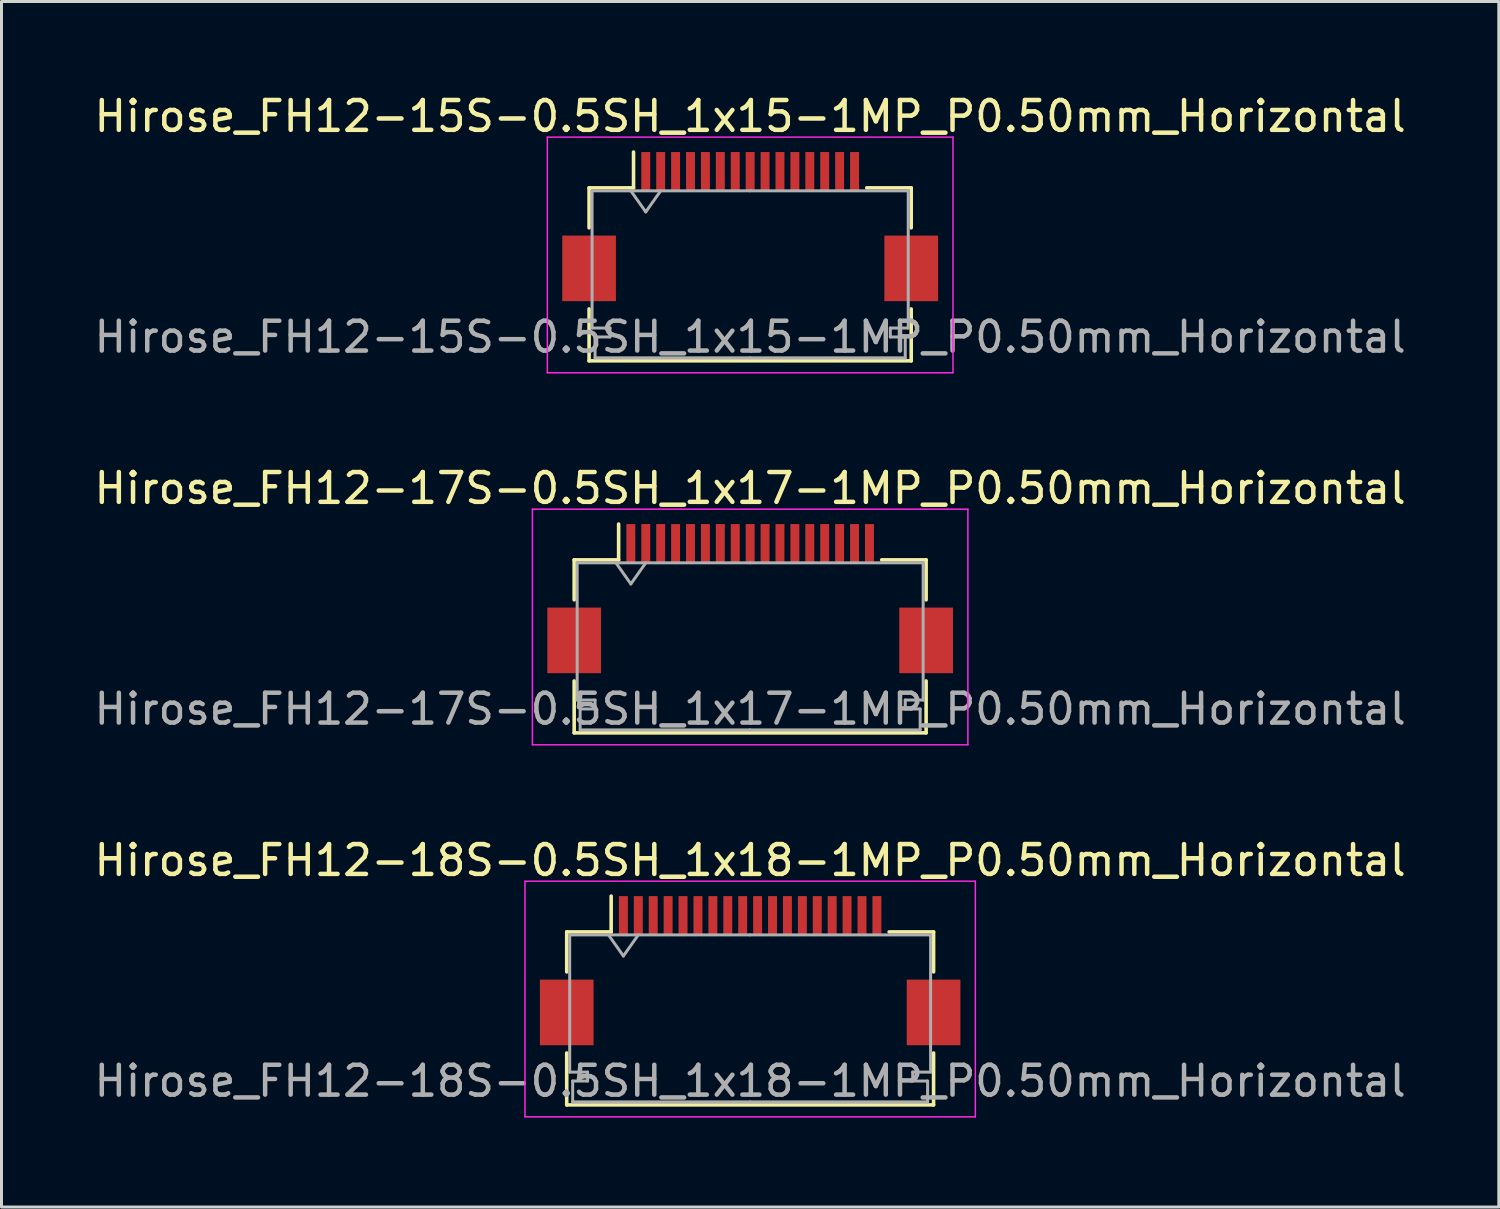
<source format=kicad_pcb>
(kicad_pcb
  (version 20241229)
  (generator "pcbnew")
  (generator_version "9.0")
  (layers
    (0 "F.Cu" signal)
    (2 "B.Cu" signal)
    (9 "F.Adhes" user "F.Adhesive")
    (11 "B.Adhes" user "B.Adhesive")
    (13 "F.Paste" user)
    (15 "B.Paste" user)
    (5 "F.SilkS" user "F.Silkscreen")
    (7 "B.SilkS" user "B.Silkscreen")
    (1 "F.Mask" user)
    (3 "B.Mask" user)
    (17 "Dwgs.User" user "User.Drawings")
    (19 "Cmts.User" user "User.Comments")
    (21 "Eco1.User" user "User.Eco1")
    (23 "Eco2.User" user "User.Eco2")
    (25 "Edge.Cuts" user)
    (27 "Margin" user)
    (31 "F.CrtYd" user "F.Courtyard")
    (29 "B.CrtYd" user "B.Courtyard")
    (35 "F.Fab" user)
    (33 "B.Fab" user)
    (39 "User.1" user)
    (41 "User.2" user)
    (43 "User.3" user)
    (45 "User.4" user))
  (footprint "Hirose_FH12-18S-0.5SH_1x18-1MP_P0.50mm_Horizontal"
    (layer "F.Cu")
    (at 22.101 29.495)
    (property "Reference" "Hirose_FH12-18S-0.5SH_1x18-1MP_P0.50mm_Horizontal" (at 0 -3.7 0) (layer "F.SilkS") (effects (font (size 1 1) (thickness 0.15))))
    (attr smd)
    (fp_line (start -6.15 -1.3) (end -6.15 0.04) (stroke (width 0.12) (type solid)) (layer "F.SilkS"))
    (fp_line (start -6.15 2.76) (end -6.15 4.5) (stroke (width 0.12) (type solid)) (layer "F.SilkS"))
    (fp_line (start -6.15 4.5) (end 6.15 4.5) (stroke (width 0.12) (type solid)) (layer "F.SilkS"))
    (fp_line (start -4.66 -1.3) (end -6.15 -1.3) (stroke (width 0.12) (type solid)) (layer "F.SilkS"))
    (fp_line (start -4.66 -1.3) (end -4.66 -2.5) (stroke (width 0.12) (type solid)) (layer "F.SilkS"))
    (fp_line (start 4.66 -1.3) (end 6.15 -1.3) (stroke (width 0.12) (type solid)) (layer "F.SilkS"))
    (fp_line (start 6.15 -1.3) (end 6.15 0.04) (stroke (width 0.12) (type solid)) (layer "F.SilkS"))
    (fp_line (start 6.15 4.5) (end 6.15 2.76) (stroke (width 0.12) (type solid)) (layer "F.SilkS"))
    (fp_line (start -7.55 -3) (end -7.55 4.9) (stroke (width 0.05) (type solid)) (layer "F.CrtYd"))
    (fp_line (start -7.55 4.9) (end 7.55 4.9) (stroke (width 0.05) (type solid)) (layer "F.CrtYd"))
    (fp_line (start 7.55 -3) (end -7.55 -3) (stroke (width 0.05) (type solid)) (layer "F.CrtYd"))
    (fp_line (start 7.55 4.9) (end 7.55 -3) (stroke (width 0.05) (type solid)) (layer "F.CrtYd"))
    (fp_line (start -6.05 -1.2) (end -6.05 3.4) (stroke (width 0.1) (type solid)) (layer "F.Fab"))
    (fp_line (start -6.05 3.4) (end -5.45 3.4) (stroke (width 0.1) (type solid)) (layer "F.Fab"))
    (fp_line (start -5.95 3.7) (end -5.95 4.4) (stroke (width 0.1) (type solid)) (layer "F.Fab"))
    (fp_line (start -5.95 4.4) (end 0 4.4) (stroke (width 0.1) (type solid)) (layer "F.Fab"))
    (fp_line (start -5.45 3.4) (end -5.45 3.7) (stroke (width 0.1) (type solid)) (layer "F.Fab"))
    (fp_line (start -5.45 3.7) (end -5.95 3.7) (stroke (width 0.1) (type solid)) (layer "F.Fab"))
    (fp_line (start -4.75 -1.2) (end -4.25 -0.493) (stroke (width 0.1) (type solid)) (layer "F.Fab"))
    (fp_line (start -4.25 -0.493) (end -3.75 -1.2) (stroke (width 0.1) (type solid)) (layer "F.Fab"))
    (fp_line (start 0 -1.2) (end -6.05 -1.2) (stroke (width 0.1) (type solid)) (layer "F.Fab"))
    (fp_line (start 0 -1.2) (end 6.05 -1.2) (stroke (width 0.1) (type solid)) (layer "F.Fab"))
    (fp_line (start 5.45 3.4) (end 5.45 3.7) (stroke (width 0.1) (type solid)) (layer "F.Fab"))
    (fp_line (start 5.45 3.7) (end 5.95 3.7) (stroke (width 0.1) (type solid)) (layer "F.Fab"))
    (fp_line (start 5.95 3.7) (end 5.95 4.4) (stroke (width 0.1) (type solid)) (layer "F.Fab"))
    (fp_line (start 5.95 4.4) (end 0 4.4) (stroke (width 0.1) (type solid)) (layer "F.Fab"))
    (fp_line (start 6.05 -1.2) (end 6.05 3.4) (stroke (width 0.1) (type solid)) (layer "F.Fab"))
    (fp_line (start 6.05 3.4) (end 5.45 3.4) (stroke (width 0.1) (type solid)) (layer "F.Fab"))
    (fp_text user "${REFERENCE}" (at 0 3.7 0) (layer "F.Fab") (effects (font (size 1 1) (thickness 0.15))))
    (pad "1" smd rect (at -4.25 -1.85) (size 0.3 1.3) (layers "F.Cu" "F.Mask" "F.Paste"))
    (pad "2" smd rect (at -3.75 -1.85) (size 0.3 1.3) (layers "F.Cu" "F.Mask" "F.Paste"))
    (pad "3" smd rect (at -3.25 -1.85) (size 0.3 1.3) (layers "F.Cu" "F.Mask" "F.Paste"))
    (pad "4" smd rect (at -2.75 -1.85) (size 0.3 1.3) (layers "F.Cu" "F.Mask" "F.Paste"))
    (pad "5" smd rect (at -2.25 -1.85) (size 0.3 1.3) (layers "F.Cu" "F.Mask" "F.Paste"))
    (pad "6" smd rect (at -1.75 -1.85) (size 0.3 1.3) (layers "F.Cu" "F.Mask" "F.Paste"))
    (pad "7" smd rect (at -1.25 -1.85) (size 0.3 1.3) (layers "F.Cu" "F.Mask" "F.Paste"))
    (pad "8" smd rect (at -0.75 -1.85) (size 0.3 1.3) (layers "F.Cu" "F.Mask" "F.Paste"))
    (pad "9" smd rect (at -0.25 -1.85) (size 0.3 1.3) (layers "F.Cu" "F.Mask" "F.Paste"))
    (pad "10" smd rect (at 0.25 -1.85) (size 0.3 1.3) (layers "F.Cu" "F.Mask" "F.Paste"))
    (pad "11" smd rect (at 0.75 -1.85) (size 0.3 1.3) (layers "F.Cu" "F.Mask" "F.Paste"))
    (pad "12" smd rect (at 1.25 -1.85) (size 0.3 1.3) (layers "F.Cu" "F.Mask" "F.Paste"))
    (pad "13" smd rect (at 1.75 -1.85) (size 0.3 1.3) (layers "F.Cu" "F.Mask" "F.Paste"))
    (pad "14" smd rect (at 2.25 -1.85) (size 0.3 1.3) (layers "F.Cu" "F.Mask" "F.Paste"))
    (pad "15" smd rect (at 2.75 -1.85) (size 0.3 1.3) (layers "F.Cu" "F.Mask" "F.Paste"))
    (pad "16" smd rect (at 3.25 -1.85) (size 0.3 1.3) (layers "F.Cu" "F.Mask" "F.Paste"))
    (pad "17" smd rect (at 3.75 -1.85) (size 0.3 1.3) (layers "F.Cu" "F.Mask" "F.Paste"))
    (pad "18" smd rect (at 4.25 -1.85) (size 0.3 1.3) (layers "F.Cu" "F.Mask" "F.Paste"))
    (pad "MP" smd rect (at -6.15 1.4) (size 1.8 2.2) (layers "F.Cu" "F.Mask" "F.Paste"))
    (pad "MP" smd rect (at 6.15 1.4) (size 1.8 2.2) (layers "F.Cu" "F.Mask" "F.Paste")))
  (footprint "Hirose_FH12-17S-0.5SH_1x17-1MP_P0.50mm_Horizontal"
    (layer "F.Cu")
    (at 22.101 17.021)
    (property "Reference" "Hirose_FH12-17S-0.5SH_1x17-1MP_P0.50mm_Horizontal" (at 0 -3.7 0) (layer "F.SilkS") (effects (font (size 1 1) (thickness 0.15))))
    (attr smd)
    (fp_line (start -5.9 -1.3) (end -5.9 0.04) (stroke (width 0.12) (type solid)) (layer "F.SilkS"))
    (fp_line (start -5.9 2.76) (end -5.9 4.5) (stroke (width 0.12) (type solid)) (layer "F.SilkS"))
    (fp_line (start -5.9 4.5) (end 5.9 4.5) (stroke (width 0.12) (type solid)) (layer "F.SilkS"))
    (fp_line (start -4.41 -1.3) (end -5.9 -1.3) (stroke (width 0.12) (type solid)) (layer "F.SilkS"))
    (fp_line (start -4.41 -1.3) (end -4.41 -2.5) (stroke (width 0.12) (type solid)) (layer "F.SilkS"))
    (fp_line (start 4.41 -1.3) (end 5.9 -1.3) (stroke (width 0.12) (type solid)) (layer "F.SilkS"))
    (fp_line (start 5.9 -1.3) (end 5.9 0.04) (stroke (width 0.12) (type solid)) (layer "F.SilkS"))
    (fp_line (start 5.9 4.5) (end 5.9 2.76) (stroke (width 0.12) (type solid)) (layer "F.SilkS"))
    (fp_line (start -7.3 -3) (end -7.3 4.9) (stroke (width 0.05) (type solid)) (layer "F.CrtYd"))
    (fp_line (start -7.3 4.9) (end 7.3 4.9) (stroke (width 0.05) (type solid)) (layer "F.CrtYd"))
    (fp_line (start 7.3 -3) (end -7.3 -3) (stroke (width 0.05) (type solid)) (layer "F.CrtYd"))
    (fp_line (start 7.3 4.9) (end 7.3 -3) (stroke (width 0.05) (type solid)) (layer "F.CrtYd"))
    (fp_line (start -5.8 -1.2) (end -5.8 3.4) (stroke (width 0.1) (type solid)) (layer "F.Fab"))
    (fp_line (start -5.8 3.4) (end -5.2 3.4) (stroke (width 0.1) (type solid)) (layer "F.Fab"))
    (fp_line (start -5.7 3.7) (end -5.7 4.4) (stroke (width 0.1) (type solid)) (layer "F.Fab"))
    (fp_line (start -5.7 4.4) (end 0 4.4) (stroke (width 0.1) (type solid)) (layer "F.Fab"))
    (fp_line (start -5.2 3.4) (end -5.2 3.7) (stroke (width 0.1) (type solid)) (layer "F.Fab"))
    (fp_line (start -5.2 3.7) (end -5.7 3.7) (stroke (width 0.1) (type solid)) (layer "F.Fab"))
    (fp_line (start -4.5 -1.2) (end -4 -0.493) (stroke (width 0.1) (type solid)) (layer "F.Fab"))
    (fp_line (start -4 -0.493) (end -3.5 -1.2) (stroke (width 0.1) (type solid)) (layer "F.Fab"))
    (fp_line (start 0 -1.2) (end -5.8 -1.2) (stroke (width 0.1) (type solid)) (layer "F.Fab"))
    (fp_line (start 0 -1.2) (end 5.8 -1.2) (stroke (width 0.1) (type solid)) (layer "F.Fab"))
    (fp_line (start 5.2 3.4) (end 5.2 3.7) (stroke (width 0.1) (type solid)) (layer "F.Fab"))
    (fp_line (start 5.2 3.7) (end 5.7 3.7) (stroke (width 0.1) (type solid)) (layer "F.Fab"))
    (fp_line (start 5.7 3.7) (end 5.7 4.4) (stroke (width 0.1) (type solid)) (layer "F.Fab"))
    (fp_line (start 5.7 4.4) (end 0 4.4) (stroke (width 0.1) (type solid)) (layer "F.Fab"))
    (fp_line (start 5.8 -1.2) (end 5.8 3.4) (stroke (width 0.1) (type solid)) (layer "F.Fab"))
    (fp_line (start 5.8 3.4) (end 5.2 3.4) (stroke (width 0.1) (type solid)) (layer "F.Fab"))
    (fp_text user "${REFERENCE}" (at 0 3.7 0) (layer "F.Fab") (effects (font (size 1 1) (thickness 0.15))))
    (pad "1" smd rect (at -4 -1.85) (size 0.3 1.3) (layers "F.Cu" "F.Mask" "F.Paste"))
    (pad "2" smd rect (at -3.5 -1.85) (size 0.3 1.3) (layers "F.Cu" "F.Mask" "F.Paste"))
    (pad "3" smd rect (at -3 -1.85) (size 0.3 1.3) (layers "F.Cu" "F.Mask" "F.Paste"))
    (pad "4" smd rect (at -2.5 -1.85) (size 0.3 1.3) (layers "F.Cu" "F.Mask" "F.Paste"))
    (pad "5" smd rect (at -2 -1.85) (size 0.3 1.3) (layers "F.Cu" "F.Mask" "F.Paste"))
    (pad "6" smd rect (at -1.5 -1.85) (size 0.3 1.3) (layers "F.Cu" "F.Mask" "F.Paste"))
    (pad "7" smd rect (at -1 -1.85) (size 0.3 1.3) (layers "F.Cu" "F.Mask" "F.Paste"))
    (pad "8" smd rect (at -0.5 -1.85) (size 0.3 1.3) (layers "F.Cu" "F.Mask" "F.Paste"))
    (pad "9" smd rect (at 0 -1.85) (size 0.3 1.3) (layers "F.Cu" "F.Mask" "F.Paste"))
    (pad "10" smd rect (at 0.5 -1.85) (size 0.3 1.3) (layers "F.Cu" "F.Mask" "F.Paste"))
    (pad "11" smd rect (at 1 -1.85) (size 0.3 1.3) (layers "F.Cu" "F.Mask" "F.Paste"))
    (pad "12" smd rect (at 1.5 -1.85) (size 0.3 1.3) (layers "F.Cu" "F.Mask" "F.Paste"))
    (pad "13" smd rect (at 2 -1.85) (size 0.3 1.3) (layers "F.Cu" "F.Mask" "F.Paste"))
    (pad "14" smd rect (at 2.5 -1.85) (size 0.3 1.3) (layers "F.Cu" "F.Mask" "F.Paste"))
    (pad "15" smd rect (at 3 -1.85) (size 0.3 1.3) (layers "F.Cu" "F.Mask" "F.Paste"))
    (pad "16" smd rect (at 3.5 -1.85) (size 0.3 1.3) (layers "F.Cu" "F.Mask" "F.Paste"))
    (pad "17" smd rect (at 4 -1.85) (size 0.3 1.3) (layers "F.Cu" "F.Mask" "F.Paste"))
    (pad "MP" smd rect (at -5.9 1.4) (size 1.8 2.2) (layers "F.Cu" "F.Mask" "F.Paste"))
    (pad "MP" smd rect (at 5.9 1.4) (size 1.8 2.2) (layers "F.Cu" "F.Mask" "F.Paste")))
  (footprint "Hirose_FH12-15S-0.5SH_1x15-1MP_P0.50mm_Horizontal"
    (layer "F.Cu")
    (at 22.101 4.548)
    (property "Reference" "Hirose_FH12-15S-0.5SH_1x15-1MP_P0.50mm_Horizontal" (at 0 -3.7 0) (layer "F.SilkS") (effects (font (size 1 1) (thickness 0.15))))
    (attr smd)
    (fp_line (start -5.4 -1.3) (end -5.4 0.04) (stroke (width 0.12) (type solid)) (layer "F.SilkS"))
    (fp_line (start -5.4 2.76) (end -5.4 4.5) (stroke (width 0.12) (type solid)) (layer "F.SilkS"))
    (fp_line (start -5.4 4.5) (end 5.4 4.5) (stroke (width 0.12) (type solid)) (layer "F.SilkS"))
    (fp_line (start -3.91 -1.3) (end -5.4 -1.3) (stroke (width 0.12) (type solid)) (layer "F.SilkS"))
    (fp_line (start -3.91 -1.3) (end -3.91 -2.5) (stroke (width 0.12) (type solid)) (layer "F.SilkS"))
    (fp_line (start 3.91 -1.3) (end 5.4 -1.3) (stroke (width 0.12) (type solid)) (layer "F.SilkS"))
    (fp_line (start 5.4 -1.3) (end 5.4 0.04) (stroke (width 0.12) (type solid)) (layer "F.SilkS"))
    (fp_line (start 5.4 4.5) (end 5.4 2.76) (stroke (width 0.12) (type solid)) (layer "F.SilkS"))
    (fp_line (start -6.8 -3) (end -6.8 4.9) (stroke (width 0.05) (type solid)) (layer "F.CrtYd"))
    (fp_line (start -6.8 4.9) (end 6.8 4.9) (stroke (width 0.05) (type solid)) (layer "F.CrtYd"))
    (fp_line (start 6.8 -3) (end -6.8 -3) (stroke (width 0.05) (type solid)) (layer "F.CrtYd"))
    (fp_line (start 6.8 4.9) (end 6.8 -3) (stroke (width 0.05) (type solid)) (layer "F.CrtYd"))
    (fp_line (start -5.3 -1.2) (end -5.3 3.4) (stroke (width 0.1) (type solid)) (layer "F.Fab"))
    (fp_line (start -5.3 3.4) (end -4.7 3.4) (stroke (width 0.1) (type solid)) (layer "F.Fab"))
    (fp_line (start -5.2 3.7) (end -5.2 4.4) (stroke (width 0.1) (type solid)) (layer "F.Fab"))
    (fp_line (start -5.2 4.4) (end 0 4.4) (stroke (width 0.1) (type solid)) (layer "F.Fab"))
    (fp_line (start -4.7 3.4) (end -4.7 3.7) (stroke (width 0.1) (type solid)) (layer "F.Fab"))
    (fp_line (start -4.7 3.7) (end -5.2 3.7) (stroke (width 0.1) (type solid)) (layer "F.Fab"))
    (fp_line (start -4 -1.2) (end -3.5 -0.493) (stroke (width 0.1) (type solid)) (layer "F.Fab"))
    (fp_line (start -3.5 -0.493) (end -3 -1.2) (stroke (width 0.1) (type solid)) (layer "F.Fab"))
    (fp_line (start 0 -1.2) (end -5.3 -1.2) (stroke (width 0.1) (type solid)) (layer "F.Fab"))
    (fp_line (start 0 -1.2) (end 5.3 -1.2) (stroke (width 0.1) (type solid)) (layer "F.Fab"))
    (fp_line (start 4.7 3.4) (end 4.7 3.7) (stroke (width 0.1) (type solid)) (layer "F.Fab"))
    (fp_line (start 4.7 3.7) (end 5.2 3.7) (stroke (width 0.1) (type solid)) (layer "F.Fab"))
    (fp_line (start 5.2 3.7) (end 5.2 4.4) (stroke (width 0.1) (type solid)) (layer "F.Fab"))
    (fp_line (start 5.2 4.4) (end 0 4.4) (stroke (width 0.1) (type solid)) (layer "F.Fab"))
    (fp_line (start 5.3 -1.2) (end 5.3 3.4) (stroke (width 0.1) (type solid)) (layer "F.Fab"))
    (fp_line (start 5.3 3.4) (end 4.7 3.4) (stroke (width 0.1) (type solid)) (layer "F.Fab"))
    (fp_text user "${REFERENCE}" (at 0 3.7 0) (layer "F.Fab") (effects (font (size 1 1) (thickness 0.15))))
    (pad "1" smd rect (at -3.5 -1.85) (size 0.3 1.3) (layers "F.Cu" "F.Mask" "F.Paste"))
    (pad "2" smd rect (at -3 -1.85) (size 0.3 1.3) (layers "F.Cu" "F.Mask" "F.Paste"))
    (pad "3" smd rect (at -2.5 -1.85) (size 0.3 1.3) (layers "F.Cu" "F.Mask" "F.Paste"))
    (pad "4" smd rect (at -2 -1.85) (size 0.3 1.3) (layers "F.Cu" "F.Mask" "F.Paste"))
    (pad "5" smd rect (at -1.5 -1.85) (size 0.3 1.3) (layers "F.Cu" "F.Mask" "F.Paste"))
    (pad "6" smd rect (at -1 -1.85) (size 0.3 1.3) (layers "F.Cu" "F.Mask" "F.Paste"))
    (pad "7" smd rect (at -0.5 -1.85) (size 0.3 1.3) (layers "F.Cu" "F.Mask" "F.Paste"))
    (pad "8" smd rect (at 0 -1.85) (size 0.3 1.3) (layers "F.Cu" "F.Mask" "F.Paste"))
    (pad "9" smd rect (at 0.5 -1.85) (size 0.3 1.3) (layers "F.Cu" "F.Mask" "F.Paste"))
    (pad "10" smd rect (at 1 -1.85) (size 0.3 1.3) (layers "F.Cu" "F.Mask" "F.Paste"))
    (pad "11" smd rect (at 1.5 -1.85) (size 0.3 1.3) (layers "F.Cu" "F.Mask" "F.Paste"))
    (pad "12" smd rect (at 2 -1.85) (size 0.3 1.3) (layers "F.Cu" "F.Mask" "F.Paste"))
    (pad "13" smd rect (at 2.5 -1.85) (size 0.3 1.3) (layers "F.Cu" "F.Mask" "F.Paste"))
    (pad "14" smd rect (at 3 -1.85) (size 0.3 1.3) (layers "F.Cu" "F.Mask" "F.Paste"))
    (pad "15" smd rect (at 3.5 -1.85) (size 0.3 1.3) (layers "F.Cu" "F.Mask" "F.Paste"))
    (pad "MP" smd rect (at -5.4 1.4) (size 1.8 2.2) (layers "F.Cu" "F.Mask" "F.Paste"))
    (pad "MP" smd rect (at 5.4 1.4) (size 1.8 2.2) (layers "F.Cu" "F.Mask" "F.Paste")))
  (gr_rect
    (start -3 -3)
    (end 47.202 37.42)
    (stroke (width 0.1) (type default))
    (fill no)
    (layer "Edge.Cuts")))
</source>
